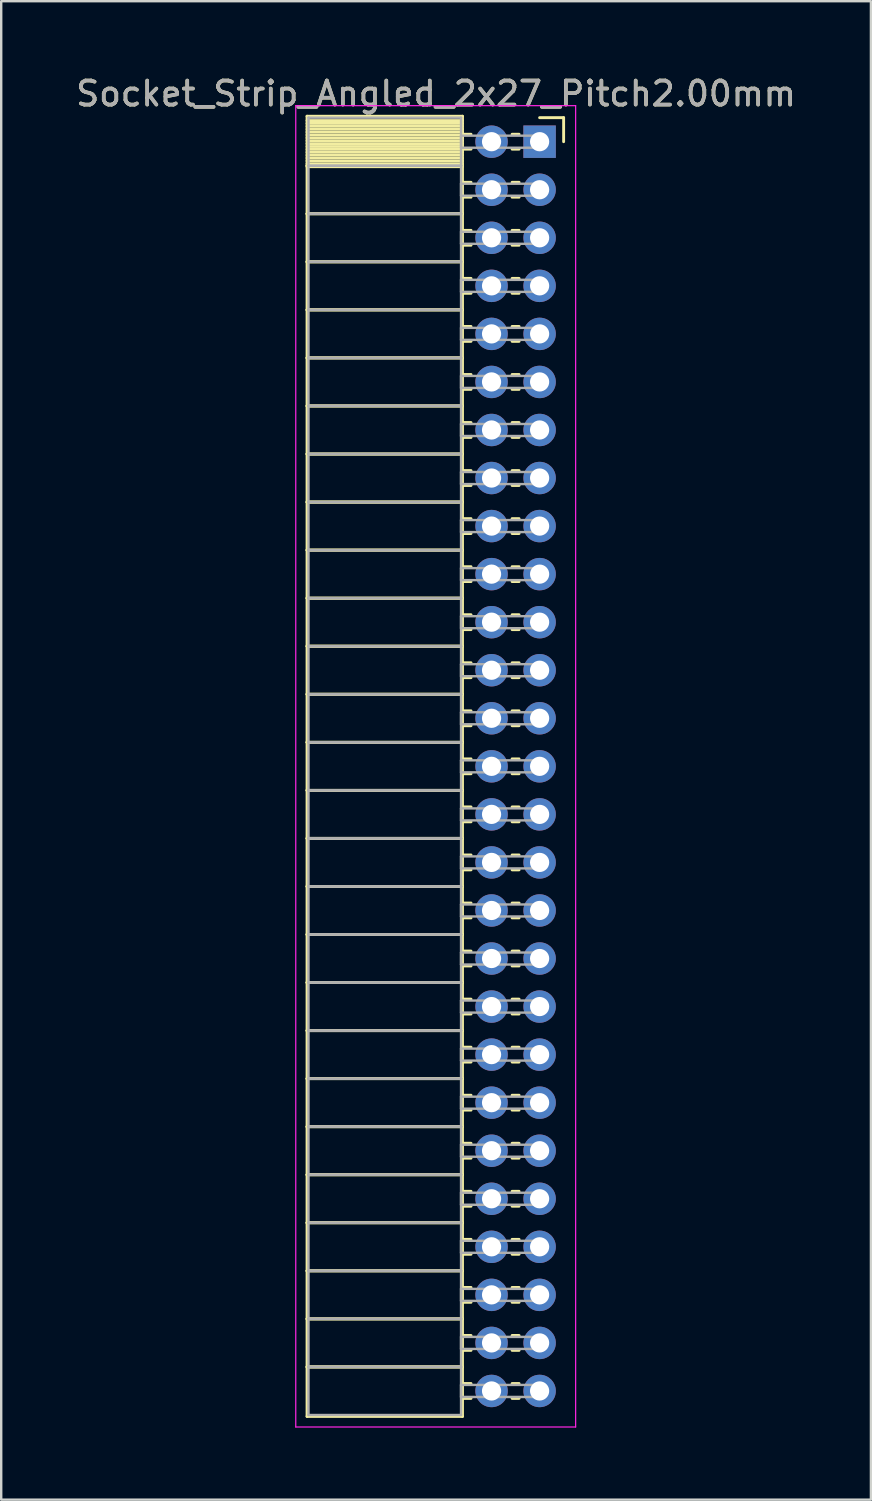
<source format=kicad_pcb>
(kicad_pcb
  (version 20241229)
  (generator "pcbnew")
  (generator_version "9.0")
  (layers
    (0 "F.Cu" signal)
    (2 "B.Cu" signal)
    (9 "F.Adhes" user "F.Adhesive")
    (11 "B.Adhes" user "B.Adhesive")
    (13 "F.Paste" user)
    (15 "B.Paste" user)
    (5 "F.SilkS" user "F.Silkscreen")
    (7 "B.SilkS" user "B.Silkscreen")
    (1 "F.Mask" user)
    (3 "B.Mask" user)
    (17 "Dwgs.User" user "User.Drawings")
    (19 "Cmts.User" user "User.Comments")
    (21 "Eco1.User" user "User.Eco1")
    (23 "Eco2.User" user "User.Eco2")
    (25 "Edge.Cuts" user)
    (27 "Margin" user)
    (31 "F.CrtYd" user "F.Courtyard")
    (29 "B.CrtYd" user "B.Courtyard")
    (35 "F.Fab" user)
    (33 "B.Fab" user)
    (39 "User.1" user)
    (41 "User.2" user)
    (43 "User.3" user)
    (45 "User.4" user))
  (footprint "Socket_Strip_Angled_2x27_Pitch2.00mm"
    (layer "F.Cu")
    (at 19.411 2.848)
    (property "Reference" "Socket_Strip_Angled_2x27_Pitch2.00mm" (at -4.31 -2 0) (layer "F.SilkS") (effects (font (size 1 1) (thickness 0.15))))
    (attr through_hole)
    (fp_line (start -9.68 -1.06) (end -3.21 -1.06) (stroke (width 0.12) (type solid)) (layer "F.SilkS"))
    (fp_line (start -9.68 1) (end -9.68 -1.06) (stroke (width 0.12) (type solid)) (layer "F.SilkS"))
    (fp_line (start -9.68 1) (end -3.21 1) (stroke (width 0.12) (type solid)) (layer "F.SilkS"))
    (fp_line (start -9.68 3) (end -9.68 1) (stroke (width 0.12) (type solid)) (layer "F.SilkS"))
    (fp_line (start -9.68 3) (end -3.21 3) (stroke (width 0.12) (type solid)) (layer "F.SilkS"))
    (fp_line (start -9.68 5) (end -9.68 3) (stroke (width 0.12) (type solid)) (layer "F.SilkS"))
    (fp_line (start -9.68 5) (end -3.21 5) (stroke (width 0.12) (type solid)) (layer "F.SilkS"))
    (fp_line (start -9.68 7) (end -9.68 5) (stroke (width 0.12) (type solid)) (layer "F.SilkS"))
    (fp_line (start -9.68 7) (end -3.21 7) (stroke (width 0.12) (type solid)) (layer "F.SilkS"))
    (fp_line (start -9.68 9) (end -9.68 7) (stroke (width 0.12) (type solid)) (layer "F.SilkS"))
    (fp_line (start -9.68 9) (end -3.21 9) (stroke (width 0.12) (type solid)) (layer "F.SilkS"))
    (fp_line (start -9.68 11) (end -9.68 9) (stroke (width 0.12) (type solid)) (layer "F.SilkS"))
    (fp_line (start -9.68 11) (end -3.21 11) (stroke (width 0.12) (type solid)) (layer "F.SilkS"))
    (fp_line (start -9.68 13) (end -9.68 11) (stroke (width 0.12) (type solid)) (layer "F.SilkS"))
    (fp_line (start -9.68 13) (end -3.21 13) (stroke (width 0.12) (type solid)) (layer "F.SilkS"))
    (fp_line (start -9.68 15) (end -9.68 13) (stroke (width 0.12) (type solid)) (layer "F.SilkS"))
    (fp_line (start -9.68 15) (end -3.21 15) (stroke (width 0.12) (type solid)) (layer "F.SilkS"))
    (fp_line (start -9.68 17) (end -9.68 15) (stroke (width 0.12) (type solid)) (layer "F.SilkS"))
    (fp_line (start -9.68 17) (end -3.21 17) (stroke (width 0.12) (type solid)) (layer "F.SilkS"))
    (fp_line (start -9.68 19) (end -9.68 17) (stroke (width 0.12) (type solid)) (layer "F.SilkS"))
    (fp_line (start -9.68 19) (end -3.21 19) (stroke (width 0.12) (type solid)) (layer "F.SilkS"))
    (fp_line (start -9.68 21) (end -9.68 19) (stroke (width 0.12) (type solid)) (layer "F.SilkS"))
    (fp_line (start -9.68 21) (end -3.21 21) (stroke (width 0.12) (type solid)) (layer "F.SilkS"))
    (fp_line (start -9.68 23) (end -9.68 21) (stroke (width 0.12) (type solid)) (layer "F.SilkS"))
    (fp_line (start -9.68 23) (end -3.21 23) (stroke (width 0.12) (type solid)) (layer "F.SilkS"))
    (fp_line (start -9.68 25) (end -9.68 23) (stroke (width 0.12) (type solid)) (layer "F.SilkS"))
    (fp_line (start -9.68 25) (end -3.21 25) (stroke (width 0.12) (type solid)) (layer "F.SilkS"))
    (fp_line (start -9.68 27) (end -9.68 25) (stroke (width 0.12) (type solid)) (layer "F.SilkS"))
    (fp_line (start -9.68 27) (end -3.21 27) (stroke (width 0.12) (type solid)) (layer "F.SilkS"))
    (fp_line (start -9.68 29) (end -9.68 27) (stroke (width 0.12) (type solid)) (layer "F.SilkS"))
    (fp_line (start -9.68 29) (end -3.21 29) (stroke (width 0.12) (type solid)) (layer "F.SilkS"))
    (fp_line (start -9.68 31) (end -9.68 29) (stroke (width 0.12) (type solid)) (layer "F.SilkS"))
    (fp_line (start -9.68 31) (end -3.21 31) (stroke (width 0.12) (type solid)) (layer "F.SilkS"))
    (fp_line (start -9.68 33) (end -9.68 31) (stroke (width 0.12) (type solid)) (layer "F.SilkS"))
    (fp_line (start -9.68 33) (end -3.21 33) (stroke (width 0.12) (type solid)) (layer "F.SilkS"))
    (fp_line (start -9.68 35) (end -9.68 33) (stroke (width 0.12) (type solid)) (layer "F.SilkS"))
    (fp_line (start -9.68 35) (end -3.21 35) (stroke (width 0.12) (type solid)) (layer "F.SilkS"))
    (fp_line (start -9.68 37) (end -9.68 35) (stroke (width 0.12) (type solid)) (layer "F.SilkS"))
    (fp_line (start -9.68 37) (end -3.21 37) (stroke (width 0.12) (type solid)) (layer "F.SilkS"))
    (fp_line (start -9.68 39) (end -9.68 37) (stroke (width 0.12) (type solid)) (layer "F.SilkS"))
    (fp_line (start -9.68 39) (end -3.21 39) (stroke (width 0.12) (type solid)) (layer "F.SilkS"))
    (fp_line (start -9.68 41) (end -9.68 39) (stroke (width 0.12) (type solid)) (layer "F.SilkS"))
    (fp_line (start -9.68 41) (end -3.21 41) (stroke (width 0.12) (type solid)) (layer "F.SilkS"))
    (fp_line (start -9.68 43) (end -9.68 41) (stroke (width 0.12) (type solid)) (layer "F.SilkS"))
    (fp_line (start -9.68 43) (end -3.21 43) (stroke (width 0.12) (type solid)) (layer "F.SilkS"))
    (fp_line (start -9.68 45) (end -9.68 43) (stroke (width 0.12) (type solid)) (layer "F.SilkS"))
    (fp_line (start -9.68 45) (end -3.21 45) (stroke (width 0.12) (type solid)) (layer "F.SilkS"))
    (fp_line (start -9.68 47) (end -9.68 45) (stroke (width 0.12) (type solid)) (layer "F.SilkS"))
    (fp_line (start -9.68 47) (end -3.21 47) (stroke (width 0.12) (type solid)) (layer "F.SilkS"))
    (fp_line (start -9.68 49) (end -9.68 47) (stroke (width 0.12) (type solid)) (layer "F.SilkS"))
    (fp_line (start -9.68 49) (end -3.21 49) (stroke (width 0.12) (type solid)) (layer "F.SilkS"))
    (fp_line (start -9.68 51) (end -9.68 49) (stroke (width 0.12) (type solid)) (layer "F.SilkS"))
    (fp_line (start -9.68 51) (end -3.21 51) (stroke (width 0.12) (type solid)) (layer "F.SilkS"))
    (fp_line (start -9.68 53.06) (end -9.68 51) (stroke (width 0.12) (type solid)) (layer "F.SilkS"))
    (fp_line (start -3.21 -1.06) (end -3.21 1) (stroke (width 0.12) (type solid)) (layer "F.SilkS"))
    (fp_line (start -3.21 -0.88) (end -9.68 -0.88) (stroke (width 0.12) (type solid)) (layer "F.SilkS"))
    (fp_line (start -3.21 -0.76) (end -9.68 -0.76) (stroke (width 0.12) (type solid)) (layer "F.SilkS"))
    (fp_line (start -3.21 -0.64) (end -9.68 -0.64) (stroke (width 0.12) (type solid)) (layer "F.SilkS"))
    (fp_line (start -3.21 -0.52) (end -9.68 -0.52) (stroke (width 0.12) (type solid)) (layer "F.SilkS"))
    (fp_line (start -3.21 -0.4) (end -9.68 -0.4) (stroke (width 0.12) (type solid)) (layer "F.SilkS"))
    (fp_line (start -3.21 -0.28) (end -9.68 -0.28) (stroke (width 0.12) (type solid)) (layer "F.SilkS"))
    (fp_line (start -3.21 -0.16) (end -9.68 -0.16) (stroke (width 0.12) (type solid)) (layer "F.SilkS"))
    (fp_line (start -3.21 -0.04) (end -9.68 -0.04) (stroke (width 0.12) (type solid)) (layer "F.SilkS"))
    (fp_line (start -3.21 0.08) (end -9.68 0.08) (stroke (width 0.12) (type solid)) (layer "F.SilkS"))
    (fp_line (start -3.21 0.2) (end -9.68 0.2) (stroke (width 0.12) (type solid)) (layer "F.SilkS"))
    (fp_line (start -3.21 0.32) (end -9.68 0.32) (stroke (width 0.12) (type solid)) (layer "F.SilkS"))
    (fp_line (start -3.21 0.44) (end -9.68 0.44) (stroke (width 0.12) (type solid)) (layer "F.SilkS"))
    (fp_line (start -3.21 0.56) (end -9.68 0.56) (stroke (width 0.12) (type solid)) (layer "F.SilkS"))
    (fp_line (start -3.21 0.68) (end -9.68 0.68) (stroke (width 0.12) (type solid)) (layer "F.SilkS"))
    (fp_line (start -3.21 0.8) (end -9.68 0.8) (stroke (width 0.12) (type solid)) (layer "F.SilkS"))
    (fp_line (start -3.21 0.92) (end -9.68 0.92) (stroke (width 0.12) (type solid)) (layer "F.SilkS"))
    (fp_line (start -3.21 1) (end -9.68 1) (stroke (width 0.12) (type solid)) (layer "F.SilkS"))
    (fp_line (start -3.21 1) (end -3.21 3) (stroke (width 0.12) (type solid)) (layer "F.SilkS"))
    (fp_line (start -3.21 1.04) (end -9.68 1.04) (stroke (width 0.12) (type solid)) (layer "F.SilkS"))
    (fp_line (start -3.21 3) (end -9.68 3) (stroke (width 0.12) (type solid)) (layer "F.SilkS"))
    (fp_line (start -3.21 3) (end -3.21 5) (stroke (width 0.12) (type solid)) (layer "F.SilkS"))
    (fp_line (start -3.21 5) (end -9.68 5) (stroke (width 0.12) (type solid)) (layer "F.SilkS"))
    (fp_line (start -3.21 5) (end -3.21 7) (stroke (width 0.12) (type solid)) (layer "F.SilkS"))
    (fp_line (start -3.21 7) (end -9.68 7) (stroke (width 0.12) (type solid)) (layer "F.SilkS"))
    (fp_line (start -3.21 7) (end -3.21 9) (stroke (width 0.12) (type solid)) (layer "F.SilkS"))
    (fp_line (start -3.21 9) (end -9.68 9) (stroke (width 0.12) (type solid)) (layer "F.SilkS"))
    (fp_line (start -3.21 9) (end -3.21 11) (stroke (width 0.12) (type solid)) (layer "F.SilkS"))
    (fp_line (start -3.21 11) (end -9.68 11) (stroke (width 0.12) (type solid)) (layer "F.SilkS"))
    (fp_line (start -3.21 11) (end -3.21 13) (stroke (width 0.12) (type solid)) (layer "F.SilkS"))
    (fp_line (start -3.21 13) (end -9.68 13) (stroke (width 0.12) (type solid)) (layer "F.SilkS"))
    (fp_line (start -3.21 13) (end -3.21 15) (stroke (width 0.12) (type solid)) (layer "F.SilkS"))
    (fp_line (start -3.21 15) (end -9.68 15) (stroke (width 0.12) (type solid)) (layer "F.SilkS"))
    (fp_line (start -3.21 15) (end -3.21 17) (stroke (width 0.12) (type solid)) (layer "F.SilkS"))
    (fp_line (start -3.21 17) (end -9.68 17) (stroke (width 0.12) (type solid)) (layer "F.SilkS"))
    (fp_line (start -3.21 17) (end -3.21 19) (stroke (width 0.12) (type solid)) (layer "F.SilkS"))
    (fp_line (start -3.21 19) (end -9.68 19) (stroke (width 0.12) (type solid)) (layer "F.SilkS"))
    (fp_line (start -3.21 19) (end -3.21 21) (stroke (width 0.12) (type solid)) (layer "F.SilkS"))
    (fp_line (start -3.21 21) (end -9.68 21) (stroke (width 0.12) (type solid)) (layer "F.SilkS"))
    (fp_line (start -3.21 21) (end -3.21 23) (stroke (width 0.12) (type solid)) (layer "F.SilkS"))
    (fp_line (start -3.21 23) (end -9.68 23) (stroke (width 0.12) (type solid)) (layer "F.SilkS"))
    (fp_line (start -3.21 23) (end -3.21 25) (stroke (width 0.12) (type solid)) (layer "F.SilkS"))
    (fp_line (start -3.21 25) (end -9.68 25) (stroke (width 0.12) (type solid)) (layer "F.SilkS"))
    (fp_line (start -3.21 25) (end -3.21 27) (stroke (width 0.12) (type solid)) (layer "F.SilkS"))
    (fp_line (start -3.21 27) (end -9.68 27) (stroke (width 0.12) (type solid)) (layer "F.SilkS"))
    (fp_line (start -3.21 27) (end -3.21 29) (stroke (width 0.12) (type solid)) (layer "F.SilkS"))
    (fp_line (start -3.21 29) (end -9.68 29) (stroke (width 0.12) (type solid)) (layer "F.SilkS"))
    (fp_line (start -3.21 29) (end -3.21 31) (stroke (width 0.12) (type solid)) (layer "F.SilkS"))
    (fp_line (start -3.21 31) (end -9.68 31) (stroke (width 0.12) (type solid)) (layer "F.SilkS"))
    (fp_line (start -3.21 31) (end -3.21 33) (stroke (width 0.12) (type solid)) (layer "F.SilkS"))
    (fp_line (start -3.21 33) (end -9.68 33) (stroke (width 0.12) (type solid)) (layer "F.SilkS"))
    (fp_line (start -3.21 33) (end -3.21 35) (stroke (width 0.12) (type solid)) (layer "F.SilkS"))
    (fp_line (start -3.21 35) (end -9.68 35) (stroke (width 0.12) (type solid)) (layer "F.SilkS"))
    (fp_line (start -3.21 35) (end -3.21 37) (stroke (width 0.12) (type solid)) (layer "F.SilkS"))
    (fp_line (start -3.21 37) (end -9.68 37) (stroke (width 0.12) (type solid)) (layer "F.SilkS"))
    (fp_line (start -3.21 37) (end -3.21 39) (stroke (width 0.12) (type solid)) (layer "F.SilkS"))
    (fp_line (start -3.21 39) (end -9.68 39) (stroke (width 0.12) (type solid)) (layer "F.SilkS"))
    (fp_line (start -3.21 39) (end -3.21 41) (stroke (width 0.12) (type solid)) (layer "F.SilkS"))
    (fp_line (start -3.21 41) (end -9.68 41) (stroke (width 0.12) (type solid)) (layer "F.SilkS"))
    (fp_line (start -3.21 41) (end -3.21 43) (stroke (width 0.12) (type solid)) (layer "F.SilkS"))
    (fp_line (start -3.21 43) (end -9.68 43) (stroke (width 0.12) (type solid)) (layer "F.SilkS"))
    (fp_line (start -3.21 43) (end -3.21 45) (stroke (width 0.12) (type solid)) (layer "F.SilkS"))
    (fp_line (start -3.21 45) (end -9.68 45) (stroke (width 0.12) (type solid)) (layer "F.SilkS"))
    (fp_line (start -3.21 45) (end -3.21 47) (stroke (width 0.12) (type solid)) (layer "F.SilkS"))
    (fp_line (start -3.21 47) (end -9.68 47) (stroke (width 0.12) (type solid)) (layer "F.SilkS"))
    (fp_line (start -3.21 47) (end -3.21 49) (stroke (width 0.12) (type solid)) (layer "F.SilkS"))
    (fp_line (start -3.21 49) (end -9.68 49) (stroke (width 0.12) (type solid)) (layer "F.SilkS"))
    (fp_line (start -3.21 49) (end -3.21 51) (stroke (width 0.12) (type solid)) (layer "F.SilkS"))
    (fp_line (start -3.21 51) (end -9.68 51) (stroke (width 0.12) (type solid)) (layer "F.SilkS"))
    (fp_line (start -3.21 51) (end -3.21 53.06) (stroke (width 0.12) (type solid)) (layer "F.SilkS"))
    (fp_line (start -3.21 53.06) (end -9.68 53.06) (stroke (width 0.12) (type solid)) (layer "F.SilkS"))
    (fp_line (start -2.855 -0.31) (end -3.21 -0.31) (stroke (width 0.12) (type solid)) (layer "F.SilkS"))
    (fp_line (start -2.855 0.31) (end -3.21 0.31) (stroke (width 0.12) (type solid)) (layer "F.SilkS"))
    (fp_line (start -2.855 1.69) (end -3.21 1.69) (stroke (width 0.12) (type solid)) (layer "F.SilkS"))
    (fp_line (start -2.855 2.31) (end -3.21 2.31) (stroke (width 0.12) (type solid)) (layer "F.SilkS"))
    (fp_line (start -2.855 3.69) (end -3.21 3.69) (stroke (width 0.12) (type solid)) (layer "F.SilkS"))
    (fp_line (start -2.855 4.31) (end -3.21 4.31) (stroke (width 0.12) (type solid)) (layer "F.SilkS"))
    (fp_line (start -2.855 5.69) (end -3.21 5.69) (stroke (width 0.12) (type solid)) (layer "F.SilkS"))
    (fp_line (start -2.855 6.31) (end -3.21 6.31) (stroke (width 0.12) (type solid)) (layer "F.SilkS"))
    (fp_line (start -2.855 7.69) (end -3.21 7.69) (stroke (width 0.12) (type solid)) (layer "F.SilkS"))
    (fp_line (start -2.855 8.31) (end -3.21 8.31) (stroke (width 0.12) (type solid)) (layer "F.SilkS"))
    (fp_line (start -2.855 9.69) (end -3.21 9.69) (stroke (width 0.12) (type solid)) (layer "F.SilkS"))
    (fp_line (start -2.855 10.31) (end -3.21 10.31) (stroke (width 0.12) (type solid)) (layer "F.SilkS"))
    (fp_line (start -2.855 11.69) (end -3.21 11.69) (stroke (width 0.12) (type solid)) (layer "F.SilkS"))
    (fp_line (start -2.855 12.31) (end -3.21 12.31) (stroke (width 0.12) (type solid)) (layer "F.SilkS"))
    (fp_line (start -2.855 13.69) (end -3.21 13.69) (stroke (width 0.12) (type solid)) (layer "F.SilkS"))
    (fp_line (start -2.855 14.31) (end -3.21 14.31) (stroke (width 0.12) (type solid)) (layer "F.SilkS"))
    (fp_line (start -2.855 15.69) (end -3.21 15.69) (stroke (width 0.12) (type solid)) (layer "F.SilkS"))
    (fp_line (start -2.855 16.31) (end -3.21 16.31) (stroke (width 0.12) (type solid)) (layer "F.SilkS"))
    (fp_line (start -2.855 17.69) (end -3.21 17.69) (stroke (width 0.12) (type solid)) (layer "F.SilkS"))
    (fp_line (start -2.855 18.31) (end -3.21 18.31) (stroke (width 0.12) (type solid)) (layer "F.SilkS"))
    (fp_line (start -2.855 19.69) (end -3.21 19.69) (stroke (width 0.12) (type solid)) (layer "F.SilkS"))
    (fp_line (start -2.855 20.31) (end -3.21 20.31) (stroke (width 0.12) (type solid)) (layer "F.SilkS"))
    (fp_line (start -2.855 21.69) (end -3.21 21.69) (stroke (width 0.12) (type solid)) (layer "F.SilkS"))
    (fp_line (start -2.855 22.31) (end -3.21 22.31) (stroke (width 0.12) (type solid)) (layer "F.SilkS"))
    (fp_line (start -2.855 23.69) (end -3.21 23.69) (stroke (width 0.12) (type solid)) (layer "F.SilkS"))
    (fp_line (start -2.855 24.31) (end -3.21 24.31) (stroke (width 0.12) (type solid)) (layer "F.SilkS"))
    (fp_line (start -2.855 25.69) (end -3.21 25.69) (stroke (width 0.12) (type solid)) (layer "F.SilkS"))
    (fp_line (start -2.855 26.31) (end -3.21 26.31) (stroke (width 0.12) (type solid)) (layer "F.SilkS"))
    (fp_line (start -2.855 27.69) (end -3.21 27.69) (stroke (width 0.12) (type solid)) (layer "F.SilkS"))
    (fp_line (start -2.855 28.31) (end -3.21 28.31) (stroke (width 0.12) (type solid)) (layer "F.SilkS"))
    (fp_line (start -2.855 29.69) (end -3.21 29.69) (stroke (width 0.12) (type solid)) (layer "F.SilkS"))
    (fp_line (start -2.855 30.31) (end -3.21 30.31) (stroke (width 0.12) (type solid)) (layer "F.SilkS"))
    (fp_line (start -2.855 31.69) (end -3.21 31.69) (stroke (width 0.12) (type solid)) (layer "F.SilkS"))
    (fp_line (start -2.855 32.31) (end -3.21 32.31) (stroke (width 0.12) (type solid)) (layer "F.SilkS"))
    (fp_line (start -2.855 33.69) (end -3.21 33.69) (stroke (width 0.12) (type solid)) (layer "F.SilkS"))
    (fp_line (start -2.855 34.31) (end -3.21 34.31) (stroke (width 0.12) (type solid)) (layer "F.SilkS"))
    (fp_line (start -2.855 35.69) (end -3.21 35.69) (stroke (width 0.12) (type solid)) (layer "F.SilkS"))
    (fp_line (start -2.855 36.31) (end -3.21 36.31) (stroke (width 0.12) (type solid)) (layer "F.SilkS"))
    (fp_line (start -2.855 37.69) (end -3.21 37.69) (stroke (width 0.12) (type solid)) (layer "F.SilkS"))
    (fp_line (start -2.855 38.31) (end -3.21 38.31) (stroke (width 0.12) (type solid)) (layer "F.SilkS"))
    (fp_line (start -2.855 39.69) (end -3.21 39.69) (stroke (width 0.12) (type solid)) (layer "F.SilkS"))
    (fp_line (start -2.855 40.31) (end -3.21 40.31) (stroke (width 0.12) (type solid)) (layer "F.SilkS"))
    (fp_line (start -2.855 41.69) (end -3.21 41.69) (stroke (width 0.12) (type solid)) (layer "F.SilkS"))
    (fp_line (start -2.855 42.31) (end -3.21 42.31) (stroke (width 0.12) (type solid)) (layer "F.SilkS"))
    (fp_line (start -2.855 43.69) (end -3.21 43.69) (stroke (width 0.12) (type solid)) (layer "F.SilkS"))
    (fp_line (start -2.855 44.31) (end -3.21 44.31) (stroke (width 0.12) (type solid)) (layer "F.SilkS"))
    (fp_line (start -2.855 45.69) (end -3.21 45.69) (stroke (width 0.12) (type solid)) (layer "F.SilkS"))
    (fp_line (start -2.855 46.31) (end -3.21 46.31) (stroke (width 0.12) (type solid)) (layer "F.SilkS"))
    (fp_line (start -2.855 47.69) (end -3.21 47.69) (stroke (width 0.12) (type solid)) (layer "F.SilkS"))
    (fp_line (start -2.855 48.31) (end -3.21 48.31) (stroke (width 0.12) (type solid)) (layer "F.SilkS"))
    (fp_line (start -2.855 49.69) (end -3.21 49.69) (stroke (width 0.12) (type solid)) (layer "F.SilkS"))
    (fp_line (start -2.855 50.31) (end -3.21 50.31) (stroke (width 0.12) (type solid)) (layer "F.SilkS"))
    (fp_line (start -2.855 51.69) (end -3.21 51.69) (stroke (width 0.12) (type solid)) (layer "F.SilkS"))
    (fp_line (start -2.855 52.31) (end -3.21 52.31) (stroke (width 0.12) (type solid)) (layer "F.SilkS"))
    (fp_line (start -0.855 -0.31) (end -1.145 -0.31) (stroke (width 0.12) (type solid)) (layer "F.SilkS"))
    (fp_line (start -0.855 0.31) (end -1.145 0.31) (stroke (width 0.12) (type solid)) (layer "F.SilkS"))
    (fp_line (start -0.855 1.69) (end -1.145 1.69) (stroke (width 0.12) (type solid)) (layer "F.SilkS"))
    (fp_line (start -0.855 2.31) (end -1.145 2.31) (stroke (width 0.12) (type solid)) (layer "F.SilkS"))
    (fp_line (start -0.855 3.69) (end -1.145 3.69) (stroke (width 0.12) (type solid)) (layer "F.SilkS"))
    (fp_line (start -0.855 4.31) (end -1.145 4.31) (stroke (width 0.12) (type solid)) (layer "F.SilkS"))
    (fp_line (start -0.855 5.69) (end -1.145 5.69) (stroke (width 0.12) (type solid)) (layer "F.SilkS"))
    (fp_line (start -0.855 6.31) (end -1.145 6.31) (stroke (width 0.12) (type solid)) (layer "F.SilkS"))
    (fp_line (start -0.855 7.69) (end -1.145 7.69) (stroke (width 0.12) (type solid)) (layer "F.SilkS"))
    (fp_line (start -0.855 8.31) (end -1.145 8.31) (stroke (width 0.12) (type solid)) (layer "F.SilkS"))
    (fp_line (start -0.855 9.69) (end -1.145 9.69) (stroke (width 0.12) (type solid)) (layer "F.SilkS"))
    (fp_line (start -0.855 10.31) (end -1.145 10.31) (stroke (width 0.12) (type solid)) (layer "F.SilkS"))
    (fp_line (start -0.855 11.69) (end -1.145 11.69) (stroke (width 0.12) (type solid)) (layer "F.SilkS"))
    (fp_line (start -0.855 12.31) (end -1.145 12.31) (stroke (width 0.12) (type solid)) (layer "F.SilkS"))
    (fp_line (start -0.855 13.69) (end -1.145 13.69) (stroke (width 0.12) (type solid)) (layer "F.SilkS"))
    (fp_line (start -0.855 14.31) (end -1.145 14.31) (stroke (width 0.12) (type solid)) (layer "F.SilkS"))
    (fp_line (start -0.855 15.69) (end -1.145 15.69) (stroke (width 0.12) (type solid)) (layer "F.SilkS"))
    (fp_line (start -0.855 16.31) (end -1.145 16.31) (stroke (width 0.12) (type solid)) (layer "F.SilkS"))
    (fp_line (start -0.855 17.69) (end -1.145 17.69) (stroke (width 0.12) (type solid)) (layer "F.SilkS"))
    (fp_line (start -0.855 18.31) (end -1.145 18.31) (stroke (width 0.12) (type solid)) (layer "F.SilkS"))
    (fp_line (start -0.855 19.69) (end -1.145 19.69) (stroke (width 0.12) (type solid)) (layer "F.SilkS"))
    (fp_line (start -0.855 20.31) (end -1.145 20.31) (stroke (width 0.12) (type solid)) (layer "F.SilkS"))
    (fp_line (start -0.855 21.69) (end -1.145 21.69) (stroke (width 0.12) (type solid)) (layer "F.SilkS"))
    (fp_line (start -0.855 22.31) (end -1.145 22.31) (stroke (width 0.12) (type solid)) (layer "F.SilkS"))
    (fp_line (start -0.855 23.69) (end -1.145 23.69) (stroke (width 0.12) (type solid)) (layer "F.SilkS"))
    (fp_line (start -0.855 24.31) (end -1.145 24.31) (stroke (width 0.12) (type solid)) (layer "F.SilkS"))
    (fp_line (start -0.855 25.69) (end -1.145 25.69) (stroke (width 0.12) (type solid)) (layer "F.SilkS"))
    (fp_line (start -0.855 26.31) (end -1.145 26.31) (stroke (width 0.12) (type solid)) (layer "F.SilkS"))
    (fp_line (start -0.855 27.69) (end -1.145 27.69) (stroke (width 0.12) (type solid)) (layer "F.SilkS"))
    (fp_line (start -0.855 28.31) (end -1.145 28.31) (stroke (width 0.12) (type solid)) (layer "F.SilkS"))
    (fp_line (start -0.855 29.69) (end -1.145 29.69) (stroke (width 0.12) (type solid)) (layer "F.SilkS"))
    (fp_line (start -0.855 30.31) (end -1.145 30.31) (stroke (width 0.12) (type solid)) (layer "F.SilkS"))
    (fp_line (start -0.855 31.69) (end -1.145 31.69) (stroke (width 0.12) (type solid)) (layer "F.SilkS"))
    (fp_line (start -0.855 32.31) (end -1.145 32.31) (stroke (width 0.12) (type solid)) (layer "F.SilkS"))
    (fp_line (start -0.855 33.69) (end -1.145 33.69) (stroke (width 0.12) (type solid)) (layer "F.SilkS"))
    (fp_line (start -0.855 34.31) (end -1.145 34.31) (stroke (width 0.12) (type solid)) (layer "F.SilkS"))
    (fp_line (start -0.855 35.69) (end -1.145 35.69) (stroke (width 0.12) (type solid)) (layer "F.SilkS"))
    (fp_line (start -0.855 36.31) (end -1.145 36.31) (stroke (width 0.12) (type solid)) (layer "F.SilkS"))
    (fp_line (start -0.855 37.69) (end -1.145 37.69) (stroke (width 0.12) (type solid)) (layer "F.SilkS"))
    (fp_line (start -0.855 38.31) (end -1.145 38.31) (stroke (width 0.12) (type solid)) (layer "F.SilkS"))
    (fp_line (start -0.855 39.69) (end -1.145 39.69) (stroke (width 0.12) (type solid)) (layer "F.SilkS"))
    (fp_line (start -0.855 40.31) (end -1.145 40.31) (stroke (width 0.12) (type solid)) (layer "F.SilkS"))
    (fp_line (start -0.855 41.69) (end -1.145 41.69) (stroke (width 0.12) (type solid)) (layer "F.SilkS"))
    (fp_line (start -0.855 42.31) (end -1.145 42.31) (stroke (width 0.12) (type solid)) (layer "F.SilkS"))
    (fp_line (start -0.855 43.69) (end -1.145 43.69) (stroke (width 0.12) (type solid)) (layer "F.SilkS"))
    (fp_line (start -0.855 44.31) (end -1.145 44.31) (stroke (width 0.12) (type solid)) (layer "F.SilkS"))
    (fp_line (start -0.855 45.69) (end -1.145 45.69) (stroke (width 0.12) (type solid)) (layer "F.SilkS"))
    (fp_line (start -0.855 46.31) (end -1.145 46.31) (stroke (width 0.12) (type solid)) (layer "F.SilkS"))
    (fp_line (start -0.855 47.69) (end -1.145 47.69) (stroke (width 0.12) (type solid)) (layer "F.SilkS"))
    (fp_line (start -0.855 48.31) (end -1.145 48.31) (stroke (width 0.12) (type solid)) (layer "F.SilkS"))
    (fp_line (start -0.855 49.69) (end -1.145 49.69) (stroke (width 0.12) (type solid)) (layer "F.SilkS"))
    (fp_line (start -0.855 50.31) (end -1.145 50.31) (stroke (width 0.12) (type solid)) (layer "F.SilkS"))
    (fp_line (start -0.855 51.69) (end -1.145 51.69) (stroke (width 0.12) (type solid)) (layer "F.SilkS"))
    (fp_line (start -0.855 52.31) (end -1.145 52.31) (stroke (width 0.12) (type solid)) (layer "F.SilkS"))
    (fp_line (start 0 -1) (end 1 -1) (stroke (width 0.12) (type solid)) (layer "F.SilkS"))
    (fp_line (start 1 -1) (end 1 0) (stroke (width 0.12) (type solid)) (layer "F.SilkS"))
    (fp_line (start -10.15 -1.5) (end 1.5 -1.5) (stroke (width 0.05) (type solid)) (layer "F.CrtYd"))
    (fp_line (start -10.15 53.5) (end -10.15 -1.5) (stroke (width 0.05) (type solid)) (layer "F.CrtYd"))
    (fp_line (start 1.5 -1.5) (end 1.5 53.5) (stroke (width 0.05) (type solid)) (layer "F.CrtYd"))
    (fp_line (start 1.5 53.5) (end -10.15 53.5) (stroke (width 0.05) (type solid)) (layer "F.CrtYd"))
    (fp_line (start -9.62 -1) (end -3.27 -1) (stroke (width 0.1) (type solid)) (layer "F.Fab"))
    (fp_line (start -9.62 1) (end -9.62 -1) (stroke (width 0.1) (type solid)) (layer "F.Fab"))
    (fp_line (start -9.62 1) (end -3.27 1) (stroke (width 0.1) (type solid)) (layer "F.Fab"))
    (fp_line (start -9.62 3) (end -9.62 1) (stroke (width 0.1) (type solid)) (layer "F.Fab"))
    (fp_line (start -9.62 3) (end -3.27 3) (stroke (width 0.1) (type solid)) (layer "F.Fab"))
    (fp_line (start -9.62 5) (end -9.62 3) (stroke (width 0.1) (type solid)) (layer "F.Fab"))
    (fp_line (start -9.62 5) (end -3.27 5) (stroke (width 0.1) (type solid)) (layer "F.Fab"))
    (fp_line (start -9.62 7) (end -9.62 5) (stroke (width 0.1) (type solid)) (layer "F.Fab"))
    (fp_line (start -9.62 7) (end -3.27 7) (stroke (width 0.1) (type solid)) (layer "F.Fab"))
    (fp_line (start -9.62 9) (end -9.62 7) (stroke (width 0.1) (type solid)) (layer "F.Fab"))
    (fp_line (start -9.62 9) (end -3.27 9) (stroke (width 0.1) (type solid)) (layer "F.Fab"))
    (fp_line (start -9.62 11) (end -9.62 9) (stroke (width 0.1) (type solid)) (layer "F.Fab"))
    (fp_line (start -9.62 11) (end -3.27 11) (stroke (width 0.1) (type solid)) (layer "F.Fab"))
    (fp_line (start -9.62 13) (end -9.62 11) (stroke (width 0.1) (type solid)) (layer "F.Fab"))
    (fp_line (start -9.62 13) (end -3.27 13) (stroke (width 0.1) (type solid)) (layer "F.Fab"))
    (fp_line (start -9.62 15) (end -9.62 13) (stroke (width 0.1) (type solid)) (layer "F.Fab"))
    (fp_line (start -9.62 15) (end -3.27 15) (stroke (width 0.1) (type solid)) (layer "F.Fab"))
    (fp_line (start -9.62 17) (end -9.62 15) (stroke (width 0.1) (type solid)) (layer "F.Fab"))
    (fp_line (start -9.62 17) (end -3.27 17) (stroke (width 0.1) (type solid)) (layer "F.Fab"))
    (fp_line (start -9.62 19) (end -9.62 17) (stroke (width 0.1) (type solid)) (layer "F.Fab"))
    (fp_line (start -9.62 19) (end -3.27 19) (stroke (width 0.1) (type solid)) (layer "F.Fab"))
    (fp_line (start -9.62 21) (end -9.62 19) (stroke (width 0.1) (type solid)) (layer "F.Fab"))
    (fp_line (start -9.62 21) (end -3.27 21) (stroke (width 0.1) (type solid)) (layer "F.Fab"))
    (fp_line (start -9.62 23) (end -9.62 21) (stroke (width 0.1) (type solid)) (layer "F.Fab"))
    (fp_line (start -9.62 23) (end -3.27 23) (stroke (width 0.1) (type solid)) (layer "F.Fab"))
    (fp_line (start -9.62 25) (end -9.62 23) (stroke (width 0.1) (type solid)) (layer "F.Fab"))
    (fp_line (start -9.62 25) (end -3.27 25) (stroke (width 0.1) (type solid)) (layer "F.Fab"))
    (fp_line (start -9.62 27) (end -9.62 25) (stroke (width 0.1) (type solid)) (layer "F.Fab"))
    (fp_line (start -9.62 27) (end -3.27 27) (stroke (width 0.1) (type solid)) (layer "F.Fab"))
    (fp_line (start -9.62 29) (end -9.62 27) (stroke (width 0.1) (type solid)) (layer "F.Fab"))
    (fp_line (start -9.62 29) (end -3.27 29) (stroke (width 0.1) (type solid)) (layer "F.Fab"))
    (fp_line (start -9.62 31) (end -9.62 29) (stroke (width 0.1) (type solid)) (layer "F.Fab"))
    (fp_line (start -9.62 31) (end -3.27 31) (stroke (width 0.1) (type solid)) (layer "F.Fab"))
    (fp_line (start -9.62 33) (end -9.62 31) (stroke (width 0.1) (type solid)) (layer "F.Fab"))
    (fp_line (start -9.62 33) (end -3.27 33) (stroke (width 0.1) (type solid)) (layer "F.Fab"))
    (fp_line (start -9.62 35) (end -9.62 33) (stroke (width 0.1) (type solid)) (layer "F.Fab"))
    (fp_line (start -9.62 35) (end -3.27 35) (stroke (width 0.1) (type solid)) (layer "F.Fab"))
    (fp_line (start -9.62 37) (end -9.62 35) (stroke (width 0.1) (type solid)) (layer "F.Fab"))
    (fp_line (start -9.62 37) (end -3.27 37) (stroke (width 0.1) (type solid)) (layer "F.Fab"))
    (fp_line (start -9.62 39) (end -9.62 37) (stroke (width 0.1) (type solid)) (layer "F.Fab"))
    (fp_line (start -9.62 39) (end -3.27 39) (stroke (width 0.1) (type solid)) (layer "F.Fab"))
    (fp_line (start -9.62 41) (end -9.62 39) (stroke (width 0.1) (type solid)) (layer "F.Fab"))
    (fp_line (start -9.62 41) (end -3.27 41) (stroke (width 0.1) (type solid)) (layer "F.Fab"))
    (fp_line (start -9.62 43) (end -9.62 41) (stroke (width 0.1) (type solid)) (layer "F.Fab"))
    (fp_line (start -9.62 43) (end -3.27 43) (stroke (width 0.1) (type solid)) (layer "F.Fab"))
    (fp_line (start -9.62 45) (end -9.62 43) (stroke (width 0.1) (type solid)) (layer "F.Fab"))
    (fp_line (start -9.62 45) (end -3.27 45) (stroke (width 0.1) (type solid)) (layer "F.Fab"))
    (fp_line (start -9.62 47) (end -9.62 45) (stroke (width 0.1) (type solid)) (layer "F.Fab"))
    (fp_line (start -9.62 47) (end -3.27 47) (stroke (width 0.1) (type solid)) (layer "F.Fab"))
    (fp_line (start -9.62 49) (end -9.62 47) (stroke (width 0.1) (type solid)) (layer "F.Fab"))
    (fp_line (start -9.62 49) (end -3.27 49) (stroke (width 0.1) (type solid)) (layer "F.Fab"))
    (fp_line (start -9.62 51) (end -9.62 49) (stroke (width 0.1) (type solid)) (layer "F.Fab"))
    (fp_line (start -9.62 51) (end -3.27 51) (stroke (width 0.1) (type solid)) (layer "F.Fab"))
    (fp_line (start -9.62 53) (end -9.62 51) (stroke (width 0.1) (type solid)) (layer "F.Fab"))
    (fp_line (start -3.27 -1) (end -3.27 1) (stroke (width 0.1) (type solid)) (layer "F.Fab"))
    (fp_line (start -3.27 -0.25) (end 0 -0.25) (stroke (width 0.1) (type solid)) (layer "F.Fab"))
    (fp_line (start -3.27 0.25) (end -3.27 -0.25) (stroke (width 0.1) (type solid)) (layer "F.Fab"))
    (fp_line (start -3.27 1) (end -9.62 1) (stroke (width 0.1) (type solid)) (layer "F.Fab"))
    (fp_line (start -3.27 1) (end -3.27 3) (stroke (width 0.1) (type solid)) (layer "F.Fab"))
    (fp_line (start -3.27 1.75) (end 0 1.75) (stroke (width 0.1) (type solid)) (layer "F.Fab"))
    (fp_line (start -3.27 2.25) (end -3.27 1.75) (stroke (width 0.1) (type solid)) (layer "F.Fab"))
    (fp_line (start -3.27 3) (end -9.62 3) (stroke (width 0.1) (type solid)) (layer "F.Fab"))
    (fp_line (start -3.27 3) (end -3.27 5) (stroke (width 0.1) (type solid)) (layer "F.Fab"))
    (fp_line (start -3.27 3.75) (end 0 3.75) (stroke (width 0.1) (type solid)) (layer "F.Fab"))
    (fp_line (start -3.27 4.25) (end -3.27 3.75) (stroke (width 0.1) (type solid)) (layer "F.Fab"))
    (fp_line (start -3.27 5) (end -9.62 5) (stroke (width 0.1) (type solid)) (layer "F.Fab"))
    (fp_line (start -3.27 5) (end -3.27 7) (stroke (width 0.1) (type solid)) (layer "F.Fab"))
    (fp_line (start -3.27 5.75) (end 0 5.75) (stroke (width 0.1) (type solid)) (layer "F.Fab"))
    (fp_line (start -3.27 6.25) (end -3.27 5.75) (stroke (width 0.1) (type solid)) (layer "F.Fab"))
    (fp_line (start -3.27 7) (end -9.62 7) (stroke (width 0.1) (type solid)) (layer "F.Fab"))
    (fp_line (start -3.27 7) (end -3.27 9) (stroke (width 0.1) (type solid)) (layer "F.Fab"))
    (fp_line (start -3.27 7.75) (end 0 7.75) (stroke (width 0.1) (type solid)) (layer "F.Fab"))
    (fp_line (start -3.27 8.25) (end -3.27 7.75) (stroke (width 0.1) (type solid)) (layer "F.Fab"))
    (fp_line (start -3.27 9) (end -9.62 9) (stroke (width 0.1) (type solid)) (layer "F.Fab"))
    (fp_line (start -3.27 9) (end -3.27 11) (stroke (width 0.1) (type solid)) (layer "F.Fab"))
    (fp_line (start -3.27 9.75) (end 0 9.75) (stroke (width 0.1) (type solid)) (layer "F.Fab"))
    (fp_line (start -3.27 10.25) (end -3.27 9.75) (stroke (width 0.1) (type solid)) (layer "F.Fab"))
    (fp_line (start -3.27 11) (end -9.62 11) (stroke (width 0.1) (type solid)) (layer "F.Fab"))
    (fp_line (start -3.27 11) (end -3.27 13) (stroke (width 0.1) (type solid)) (layer "F.Fab"))
    (fp_line (start -3.27 11.75) (end 0 11.75) (stroke (width 0.1) (type solid)) (layer "F.Fab"))
    (fp_line (start -3.27 12.25) (end -3.27 11.75) (stroke (width 0.1) (type solid)) (layer "F.Fab"))
    (fp_line (start -3.27 13) (end -9.62 13) (stroke (width 0.1) (type solid)) (layer "F.Fab"))
    (fp_line (start -3.27 13) (end -3.27 15) (stroke (width 0.1) (type solid)) (layer "F.Fab"))
    (fp_line (start -3.27 13.75) (end 0 13.75) (stroke (width 0.1) (type solid)) (layer "F.Fab"))
    (fp_line (start -3.27 14.25) (end -3.27 13.75) (stroke (width 0.1) (type solid)) (layer "F.Fab"))
    (fp_line (start -3.27 15) (end -9.62 15) (stroke (width 0.1) (type solid)) (layer "F.Fab"))
    (fp_line (start -3.27 15) (end -3.27 17) (stroke (width 0.1) (type solid)) (layer "F.Fab"))
    (fp_line (start -3.27 15.75) (end 0 15.75) (stroke (width 0.1) (type solid)) (layer "F.Fab"))
    (fp_line (start -3.27 16.25) (end -3.27 15.75) (stroke (width 0.1) (type solid)) (layer "F.Fab"))
    (fp_line (start -3.27 17) (end -9.62 17) (stroke (width 0.1) (type solid)) (layer "F.Fab"))
    (fp_line (start -3.27 17) (end -3.27 19) (stroke (width 0.1) (type solid)) (layer "F.Fab"))
    (fp_line (start -3.27 17.75) (end 0 17.75) (stroke (width 0.1) (type solid)) (layer "F.Fab"))
    (fp_line (start -3.27 18.25) (end -3.27 17.75) (stroke (width 0.1) (type solid)) (layer "F.Fab"))
    (fp_line (start -3.27 19) (end -9.62 19) (stroke (width 0.1) (type solid)) (layer "F.Fab"))
    (fp_line (start -3.27 19) (end -3.27 21) (stroke (width 0.1) (type solid)) (layer "F.Fab"))
    (fp_line (start -3.27 19.75) (end 0 19.75) (stroke (width 0.1) (type solid)) (layer "F.Fab"))
    (fp_line (start -3.27 20.25) (end -3.27 19.75) (stroke (width 0.1) (type solid)) (layer "F.Fab"))
    (fp_line (start -3.27 21) (end -9.62 21) (stroke (width 0.1) (type solid)) (layer "F.Fab"))
    (fp_line (start -3.27 21) (end -3.27 23) (stroke (width 0.1) (type solid)) (layer "F.Fab"))
    (fp_line (start -3.27 21.75) (end 0 21.75) (stroke (width 0.1) (type solid)) (layer "F.Fab"))
    (fp_line (start -3.27 22.25) (end -3.27 21.75) (stroke (width 0.1) (type solid)) (layer "F.Fab"))
    (fp_line (start -3.27 23) (end -9.62 23) (stroke (width 0.1) (type solid)) (layer "F.Fab"))
    (fp_line (start -3.27 23) (end -3.27 25) (stroke (width 0.1) (type solid)) (layer "F.Fab"))
    (fp_line (start -3.27 23.75) (end 0 23.75) (stroke (width 0.1) (type solid)) (layer "F.Fab"))
    (fp_line (start -3.27 24.25) (end -3.27 23.75) (stroke (width 0.1) (type solid)) (layer "F.Fab"))
    (fp_line (start -3.27 25) (end -9.62 25) (stroke (width 0.1) (type solid)) (layer "F.Fab"))
    (fp_line (start -3.27 25) (end -3.27 27) (stroke (width 0.1) (type solid)) (layer "F.Fab"))
    (fp_line (start -3.27 25.75) (end 0 25.75) (stroke (width 0.1) (type solid)) (layer "F.Fab"))
    (fp_line (start -3.27 26.25) (end -3.27 25.75) (stroke (width 0.1) (type solid)) (layer "F.Fab"))
    (fp_line (start -3.27 27) (end -9.62 27) (stroke (width 0.1) (type solid)) (layer "F.Fab"))
    (fp_line (start -3.27 27) (end -3.27 29) (stroke (width 0.1) (type solid)) (layer "F.Fab"))
    (fp_line (start -3.27 27.75) (end 0 27.75) (stroke (width 0.1) (type solid)) (layer "F.Fab"))
    (fp_line (start -3.27 28.25) (end -3.27 27.75) (stroke (width 0.1) (type solid)) (layer "F.Fab"))
    (fp_line (start -3.27 29) (end -9.62 29) (stroke (width 0.1) (type solid)) (layer "F.Fab"))
    (fp_line (start -3.27 29) (end -3.27 31) (stroke (width 0.1) (type solid)) (layer "F.Fab"))
    (fp_line (start -3.27 29.75) (end 0 29.75) (stroke (width 0.1) (type solid)) (layer "F.Fab"))
    (fp_line (start -3.27 30.25) (end -3.27 29.75) (stroke (width 0.1) (type solid)) (layer "F.Fab"))
    (fp_line (start -3.27 31) (end -9.62 31) (stroke (width 0.1) (type solid)) (layer "F.Fab"))
    (fp_line (start -3.27 31) (end -3.27 33) (stroke (width 0.1) (type solid)) (layer "F.Fab"))
    (fp_line (start -3.27 31.75) (end 0 31.75) (stroke (width 0.1) (type solid)) (layer "F.Fab"))
    (fp_line (start -3.27 32.25) (end -3.27 31.75) (stroke (width 0.1) (type solid)) (layer "F.Fab"))
    (fp_line (start -3.27 33) (end -9.62 33) (stroke (width 0.1) (type solid)) (layer "F.Fab"))
    (fp_line (start -3.27 33) (end -3.27 35) (stroke (width 0.1) (type solid)) (layer "F.Fab"))
    (fp_line (start -3.27 33.75) (end 0 33.75) (stroke (width 0.1) (type solid)) (layer "F.Fab"))
    (fp_line (start -3.27 34.25) (end -3.27 33.75) (stroke (width 0.1) (type solid)) (layer "F.Fab"))
    (fp_line (start -3.27 35) (end -9.62 35) (stroke (width 0.1) (type solid)) (layer "F.Fab"))
    (fp_line (start -3.27 35) (end -3.27 37) (stroke (width 0.1) (type solid)) (layer "F.Fab"))
    (fp_line (start -3.27 35.75) (end 0 35.75) (stroke (width 0.1) (type solid)) (layer "F.Fab"))
    (fp_line (start -3.27 36.25) (end -3.27 35.75) (stroke (width 0.1) (type solid)) (layer "F.Fab"))
    (fp_line (start -3.27 37) (end -9.62 37) (stroke (width 0.1) (type solid)) (layer "F.Fab"))
    (fp_line (start -3.27 37) (end -3.27 39) (stroke (width 0.1) (type solid)) (layer "F.Fab"))
    (fp_line (start -3.27 37.75) (end 0 37.75) (stroke (width 0.1) (type solid)) (layer "F.Fab"))
    (fp_line (start -3.27 38.25) (end -3.27 37.75) (stroke (width 0.1) (type solid)) (layer "F.Fab"))
    (fp_line (start -3.27 39) (end -9.62 39) (stroke (width 0.1) (type solid)) (layer "F.Fab"))
    (fp_line (start -3.27 39) (end -3.27 41) (stroke (width 0.1) (type solid)) (layer "F.Fab"))
    (fp_line (start -3.27 39.75) (end 0 39.75) (stroke (width 0.1) (type solid)) (layer "F.Fab"))
    (fp_line (start -3.27 40.25) (end -3.27 39.75) (stroke (width 0.1) (type solid)) (layer "F.Fab"))
    (fp_line (start -3.27 41) (end -9.62 41) (stroke (width 0.1) (type solid)) (layer "F.Fab"))
    (fp_line (start -3.27 41) (end -3.27 43) (stroke (width 0.1) (type solid)) (layer "F.Fab"))
    (fp_line (start -3.27 41.75) (end 0 41.75) (stroke (width 0.1) (type solid)) (layer "F.Fab"))
    (fp_line (start -3.27 42.25) (end -3.27 41.75) (stroke (width 0.1) (type solid)) (layer "F.Fab"))
    (fp_line (start -3.27 43) (end -9.62 43) (stroke (width 0.1) (type solid)) (layer "F.Fab"))
    (fp_line (start -3.27 43) (end -3.27 45) (stroke (width 0.1) (type solid)) (layer "F.Fab"))
    (fp_line (start -3.27 43.75) (end 0 43.75) (stroke (width 0.1) (type solid)) (layer "F.Fab"))
    (fp_line (start -3.27 44.25) (end -3.27 43.75) (stroke (width 0.1) (type solid)) (layer "F.Fab"))
    (fp_line (start -3.27 45) (end -9.62 45) (stroke (width 0.1) (type solid)) (layer "F.Fab"))
    (fp_line (start -3.27 45) (end -3.27 47) (stroke (width 0.1) (type solid)) (layer "F.Fab"))
    (fp_line (start -3.27 45.75) (end 0 45.75) (stroke (width 0.1) (type solid)) (layer "F.Fab"))
    (fp_line (start -3.27 46.25) (end -3.27 45.75) (stroke (width 0.1) (type solid)) (layer "F.Fab"))
    (fp_line (start -3.27 47) (end -9.62 47) (stroke (width 0.1) (type solid)) (layer "F.Fab"))
    (fp_line (start -3.27 47) (end -3.27 49) (stroke (width 0.1) (type solid)) (layer "F.Fab"))
    (fp_line (start -3.27 47.75) (end 0 47.75) (stroke (width 0.1) (type solid)) (layer "F.Fab"))
    (fp_line (start -3.27 48.25) (end -3.27 47.75) (stroke (width 0.1) (type solid)) (layer "F.Fab"))
    (fp_line (start -3.27 49) (end -9.62 49) (stroke (width 0.1) (type solid)) (layer "F.Fab"))
    (fp_line (start -3.27 49) (end -3.27 51) (stroke (width 0.1) (type solid)) (layer "F.Fab"))
    (fp_line (start -3.27 49.75) (end 0 49.75) (stroke (width 0.1) (type solid)) (layer "F.Fab"))
    (fp_line (start -3.27 50.25) (end -3.27 49.75) (stroke (width 0.1) (type solid)) (layer "F.Fab"))
    (fp_line (start -3.27 51) (end -9.62 51) (stroke (width 0.1) (type solid)) (layer "F.Fab"))
    (fp_line (start -3.27 51) (end -3.27 53) (stroke (width 0.1) (type solid)) (layer "F.Fab"))
    (fp_line (start -3.27 51.75) (end 0 51.75) (stroke (width 0.1) (type solid)) (layer "F.Fab"))
    (fp_line (start -3.27 52.25) (end -3.27 51.75) (stroke (width 0.1) (type solid)) (layer "F.Fab"))
    (fp_line (start -3.27 53) (end -9.62 53) (stroke (width 0.1) (type solid)) (layer "F.Fab"))
    (fp_line (start 0 -0.25) (end 0 0.25) (stroke (width 0.1) (type solid)) (layer "F.Fab"))
    (fp_line (start 0 0.25) (end -3.27 0.25) (stroke (width 0.1) (type solid)) (layer "F.Fab"))
    (fp_line (start 0 1.75) (end 0 2.25) (stroke (width 0.1) (type solid)) (layer "F.Fab"))
    (fp_line (start 0 2.25) (end -3.27 2.25) (stroke (width 0.1) (type solid)) (layer "F.Fab"))
    (fp_line (start 0 3.75) (end 0 4.25) (stroke (width 0.1) (type solid)) (layer "F.Fab"))
    (fp_line (start 0 4.25) (end -3.27 4.25) (stroke (width 0.1) (type solid)) (layer "F.Fab"))
    (fp_line (start 0 5.75) (end 0 6.25) (stroke (width 0.1) (type solid)) (layer "F.Fab"))
    (fp_line (start 0 6.25) (end -3.27 6.25) (stroke (width 0.1) (type solid)) (layer "F.Fab"))
    (fp_line (start 0 7.75) (end 0 8.25) (stroke (width 0.1) (type solid)) (layer "F.Fab"))
    (fp_line (start 0 8.25) (end -3.27 8.25) (stroke (width 0.1) (type solid)) (layer "F.Fab"))
    (fp_line (start 0 9.75) (end 0 10.25) (stroke (width 0.1) (type solid)) (layer "F.Fab"))
    (fp_line (start 0 10.25) (end -3.27 10.25) (stroke (width 0.1) (type solid)) (layer "F.Fab"))
    (fp_line (start 0 11.75) (end 0 12.25) (stroke (width 0.1) (type solid)) (layer "F.Fab"))
    (fp_line (start 0 12.25) (end -3.27 12.25) (stroke (width 0.1) (type solid)) (layer "F.Fab"))
    (fp_line (start 0 13.75) (end 0 14.25) (stroke (width 0.1) (type solid)) (layer "F.Fab"))
    (fp_line (start 0 14.25) (end -3.27 14.25) (stroke (width 0.1) (type solid)) (layer "F.Fab"))
    (fp_line (start 0 15.75) (end 0 16.25) (stroke (width 0.1) (type solid)) (layer "F.Fab"))
    (fp_line (start 0 16.25) (end -3.27 16.25) (stroke (width 0.1) (type solid)) (layer "F.Fab"))
    (fp_line (start 0 17.75) (end 0 18.25) (stroke (width 0.1) (type solid)) (layer "F.Fab"))
    (fp_line (start 0 18.25) (end -3.27 18.25) (stroke (width 0.1) (type solid)) (layer "F.Fab"))
    (fp_line (start 0 19.75) (end 0 20.25) (stroke (width 0.1) (type solid)) (layer "F.Fab"))
    (fp_line (start 0 20.25) (end -3.27 20.25) (stroke (width 0.1) (type solid)) (layer "F.Fab"))
    (fp_line (start 0 21.75) (end 0 22.25) (stroke (width 0.1) (type solid)) (layer "F.Fab"))
    (fp_line (start 0 22.25) (end -3.27 22.25) (stroke (width 0.1) (type solid)) (layer "F.Fab"))
    (fp_line (start 0 23.75) (end 0 24.25) (stroke (width 0.1) (type solid)) (layer "F.Fab"))
    (fp_line (start 0 24.25) (end -3.27 24.25) (stroke (width 0.1) (type solid)) (layer "F.Fab"))
    (fp_line (start 0 25.75) (end 0 26.25) (stroke (width 0.1) (type solid)) (layer "F.Fab"))
    (fp_line (start 0 26.25) (end -3.27 26.25) (stroke (width 0.1) (type solid)) (layer "F.Fab"))
    (fp_line (start 0 27.75) (end 0 28.25) (stroke (width 0.1) (type solid)) (layer "F.Fab"))
    (fp_line (start 0 28.25) (end -3.27 28.25) (stroke (width 0.1) (type solid)) (layer "F.Fab"))
    (fp_line (start 0 29.75) (end 0 30.25) (stroke (width 0.1) (type solid)) (layer "F.Fab"))
    (fp_line (start 0 30.25) (end -3.27 30.25) (stroke (width 0.1) (type solid)) (layer "F.Fab"))
    (fp_line (start 0 31.75) (end 0 32.25) (stroke (width 0.1) (type solid)) (layer "F.Fab"))
    (fp_line (start 0 32.25) (end -3.27 32.25) (stroke (width 0.1) (type solid)) (layer "F.Fab"))
    (fp_line (start 0 33.75) (end 0 34.25) (stroke (width 0.1) (type solid)) (layer "F.Fab"))
    (fp_line (start 0 34.25) (end -3.27 34.25) (stroke (width 0.1) (type solid)) (layer "F.Fab"))
    (fp_line (start 0 35.75) (end 0 36.25) (stroke (width 0.1) (type solid)) (layer "F.Fab"))
    (fp_line (start 0 36.25) (end -3.27 36.25) (stroke (width 0.1) (type solid)) (layer "F.Fab"))
    (fp_line (start 0 37.75) (end 0 38.25) (stroke (width 0.1) (type solid)) (layer "F.Fab"))
    (fp_line (start 0 38.25) (end -3.27 38.25) (stroke (width 0.1) (type solid)) (layer "F.Fab"))
    (fp_line (start 0 39.75) (end 0 40.25) (stroke (width 0.1) (type solid)) (layer "F.Fab"))
    (fp_line (start 0 40.25) (end -3.27 40.25) (stroke (width 0.1) (type solid)) (layer "F.Fab"))
    (fp_line (start 0 41.75) (end 0 42.25) (stroke (width 0.1) (type solid)) (layer "F.Fab"))
    (fp_line (start 0 42.25) (end -3.27 42.25) (stroke (width 0.1) (type solid)) (layer "F.Fab"))
    (fp_line (start 0 43.75) (end 0 44.25) (stroke (width 0.1) (type solid)) (layer "F.Fab"))
    (fp_line (start 0 44.25) (end -3.27 44.25) (stroke (width 0.1) (type solid)) (layer "F.Fab"))
    (fp_line (start 0 45.75) (end 0 46.25) (stroke (width 0.1) (type solid)) (layer "F.Fab"))
    (fp_line (start 0 46.25) (end -3.27 46.25) (stroke (width 0.1) (type solid)) (layer "F.Fab"))
    (fp_line (start 0 47.75) (end 0 48.25) (stroke (width 0.1) (type solid)) (layer "F.Fab"))
    (fp_line (start 0 48.25) (end -3.27 48.25) (stroke (width 0.1) (type solid)) (layer "F.Fab"))
    (fp_line (start 0 49.75) (end 0 50.25) (stroke (width 0.1) (type solid)) (layer "F.Fab"))
    (fp_line (start 0 50.25) (end -3.27 50.25) (stroke (width 0.1) (type solid)) (layer "F.Fab"))
    (fp_line (start 0 51.75) (end 0 52.25) (stroke (width 0.1) (type solid)) (layer "F.Fab"))
    (fp_line (start 0 52.25) (end -3.27 52.25) (stroke (width 0.1) (type solid)) (layer "F.Fab"))
    (fp_text user "${REFERENCE}" (at -4.31 -2 0) (layer "F.Fab") (effects (font (size 1 1) (thickness 0.15))))
    (pad "1" thru_hole rect (at 0 0) (size 1.35 1.35) (drill 0.8) (layers "*.Cu" "*.Mask"))
    (pad "2" thru_hole oval (at -2 0) (size 1.35 1.35) (drill 0.8) (layers "*.Cu" "*.Mask"))
    (pad "3" thru_hole oval (at 0 2) (size 1.35 1.35) (drill 0.8) (layers "*.Cu" "*.Mask"))
    (pad "4" thru_hole oval (at -2 2) (size 1.35 1.35) (drill 0.8) (layers "*.Cu" "*.Mask"))
    (pad "5" thru_hole oval (at 0 4) (size 1.35 1.35) (drill 0.8) (layers "*.Cu" "*.Mask"))
    (pad "6" thru_hole oval (at -2 4) (size 1.35 1.35) (drill 0.8) (layers "*.Cu" "*.Mask"))
    (pad "7" thru_hole oval (at 0 6) (size 1.35 1.35) (drill 0.8) (layers "*.Cu" "*.Mask"))
    (pad "8" thru_hole oval (at -2 6) (size 1.35 1.35) (drill 0.8) (layers "*.Cu" "*.Mask"))
    (pad "9" thru_hole oval (at 0 8) (size 1.35 1.35) (drill 0.8) (layers "*.Cu" "*.Mask"))
    (pad "10" thru_hole oval (at -2 8) (size 1.35 1.35) (drill 0.8) (layers "*.Cu" "*.Mask"))
    (pad "11" thru_hole oval (at 0 10) (size 1.35 1.35) (drill 0.8) (layers "*.Cu" "*.Mask"))
    (pad "12" thru_hole oval (at -2 10) (size 1.35 1.35) (drill 0.8) (layers "*.Cu" "*.Mask"))
    (pad "13" thru_hole oval (at 0 12) (size 1.35 1.35) (drill 0.8) (layers "*.Cu" "*.Mask"))
    (pad "14" thru_hole oval (at -2 12) (size 1.35 1.35) (drill 0.8) (layers "*.Cu" "*.Mask"))
    (pad "15" thru_hole oval (at 0 14) (size 1.35 1.35) (drill 0.8) (layers "*.Cu" "*.Mask"))
    (pad "16" thru_hole oval (at -2 14) (size 1.35 1.35) (drill 0.8) (layers "*.Cu" "*.Mask"))
    (pad "17" thru_hole oval (at 0 16) (size 1.35 1.35) (drill 0.8) (layers "*.Cu" "*.Mask"))
    (pad "18" thru_hole oval (at -2 16) (size 1.35 1.35) (drill 0.8) (layers "*.Cu" "*.Mask"))
    (pad "19" thru_hole oval (at 0 18) (size 1.35 1.35) (drill 0.8) (layers "*.Cu" "*.Mask"))
    (pad "20" thru_hole oval (at -2 18) (size 1.35 1.35) (drill 0.8) (layers "*.Cu" "*.Mask"))
    (pad "21" thru_hole oval (at 0 20) (size 1.35 1.35) (drill 0.8) (layers "*.Cu" "*.Mask"))
    (pad "22" thru_hole oval (at -2 20) (size 1.35 1.35) (drill 0.8) (layers "*.Cu" "*.Mask"))
    (pad "23" thru_hole oval (at 0 22) (size 1.35 1.35) (drill 0.8) (layers "*.Cu" "*.Mask"))
    (pad "24" thru_hole oval (at -2 22) (size 1.35 1.35) (drill 0.8) (layers "*.Cu" "*.Mask"))
    (pad "25" thru_hole oval (at 0 24) (size 1.35 1.35) (drill 0.8) (layers "*.Cu" "*.Mask"))
    (pad "26" thru_hole oval (at -2 24) (size 1.35 1.35) (drill 0.8) (layers "*.Cu" "*.Mask"))
    (pad "27" thru_hole oval (at 0 26) (size 1.35 1.35) (drill 0.8) (layers "*.Cu" "*.Mask"))
    (pad "28" thru_hole oval (at -2 26) (size 1.35 1.35) (drill 0.8) (layers "*.Cu" "*.Mask"))
    (pad "29" thru_hole oval (at 0 28) (size 1.35 1.35) (drill 0.8) (layers "*.Cu" "*.Mask"))
    (pad "30" thru_hole oval (at -2 28) (size 1.35 1.35) (drill 0.8) (layers "*.Cu" "*.Mask"))
    (pad "31" thru_hole oval (at 0 30) (size 1.35 1.35) (drill 0.8) (layers "*.Cu" "*.Mask"))
    (pad "32" thru_hole oval (at -2 30) (size 1.35 1.35) (drill 0.8) (layers "*.Cu" "*.Mask"))
    (pad "33" thru_hole oval (at 0 32) (size 1.35 1.35) (drill 0.8) (layers "*.Cu" "*.Mask"))
    (pad "34" thru_hole oval (at -2 32) (size 1.35 1.35) (drill 0.8) (layers "*.Cu" "*.Mask"))
    (pad "35" thru_hole oval (at 0 34) (size 1.35 1.35) (drill 0.8) (layers "*.Cu" "*.Mask"))
    (pad "36" thru_hole oval (at -2 34) (size 1.35 1.35) (drill 0.8) (layers "*.Cu" "*.Mask"))
    (pad "37" thru_hole oval (at 0 36) (size 1.35 1.35) (drill 0.8) (layers "*.Cu" "*.Mask"))
    (pad "38" thru_hole oval (at -2 36) (size 1.35 1.35) (drill 0.8) (layers "*.Cu" "*.Mask"))
    (pad "39" thru_hole oval (at 0 38) (size 1.35 1.35) (drill 0.8) (layers "*.Cu" "*.Mask"))
    (pad "40" thru_hole oval (at -2 38) (size 1.35 1.35) (drill 0.8) (layers "*.Cu" "*.Mask"))
    (pad "41" thru_hole oval (at 0 40) (size 1.35 1.35) (drill 0.8) (layers "*.Cu" "*.Mask"))
    (pad "42" thru_hole oval (at -2 40) (size 1.35 1.35) (drill 0.8) (layers "*.Cu" "*.Mask"))
    (pad "43" thru_hole oval (at 0 42) (size 1.35 1.35) (drill 0.8) (layers "*.Cu" "*.Mask"))
    (pad "44" thru_hole oval (at -2 42) (size 1.35 1.35) (drill 0.8) (layers "*.Cu" "*.Mask"))
    (pad "45" thru_hole oval (at 0 44) (size 1.35 1.35) (drill 0.8) (layers "*.Cu" "*.Mask"))
    (pad "46" thru_hole oval (at -2 44) (size 1.35 1.35) (drill 0.8) (layers "*.Cu" "*.Mask"))
    (pad "47" thru_hole oval (at 0 46) (size 1.35 1.35) (drill 0.8) (layers "*.Cu" "*.Mask"))
    (pad "48" thru_hole oval (at -2 46) (size 1.35 1.35) (drill 0.8) (layers "*.Cu" "*.Mask"))
    (pad "49" thru_hole oval (at 0 48) (size 1.35 1.35) (drill 0.8) (layers "*.Cu" "*.Mask"))
    (pad "50" thru_hole oval (at -2 48) (size 1.35 1.35) (drill 0.8) (layers "*.Cu" "*.Mask"))
    (pad "51" thru_hole oval (at 0 50) (size 1.35 1.35) (drill 0.8) (layers "*.Cu" "*.Mask"))
    (pad "52" thru_hole oval (at -2 50) (size 1.35 1.35) (drill 0.8) (layers "*.Cu" "*.Mask"))
    (pad "53" thru_hole oval (at 0 52) (size 1.35 1.35) (drill 0.8) (layers "*.Cu" "*.Mask"))
    (pad "54" thru_hole oval (at -2 52) (size 1.35 1.35) (drill 0.8) (layers "*.Cu" "*.Mask")))
  (gr_rect
    (start -3 -3)
    (end 33.202 59.373)
    (stroke (width 0.1) (type default))
    (fill no)
    (layer "Edge.Cuts")))
</source>
